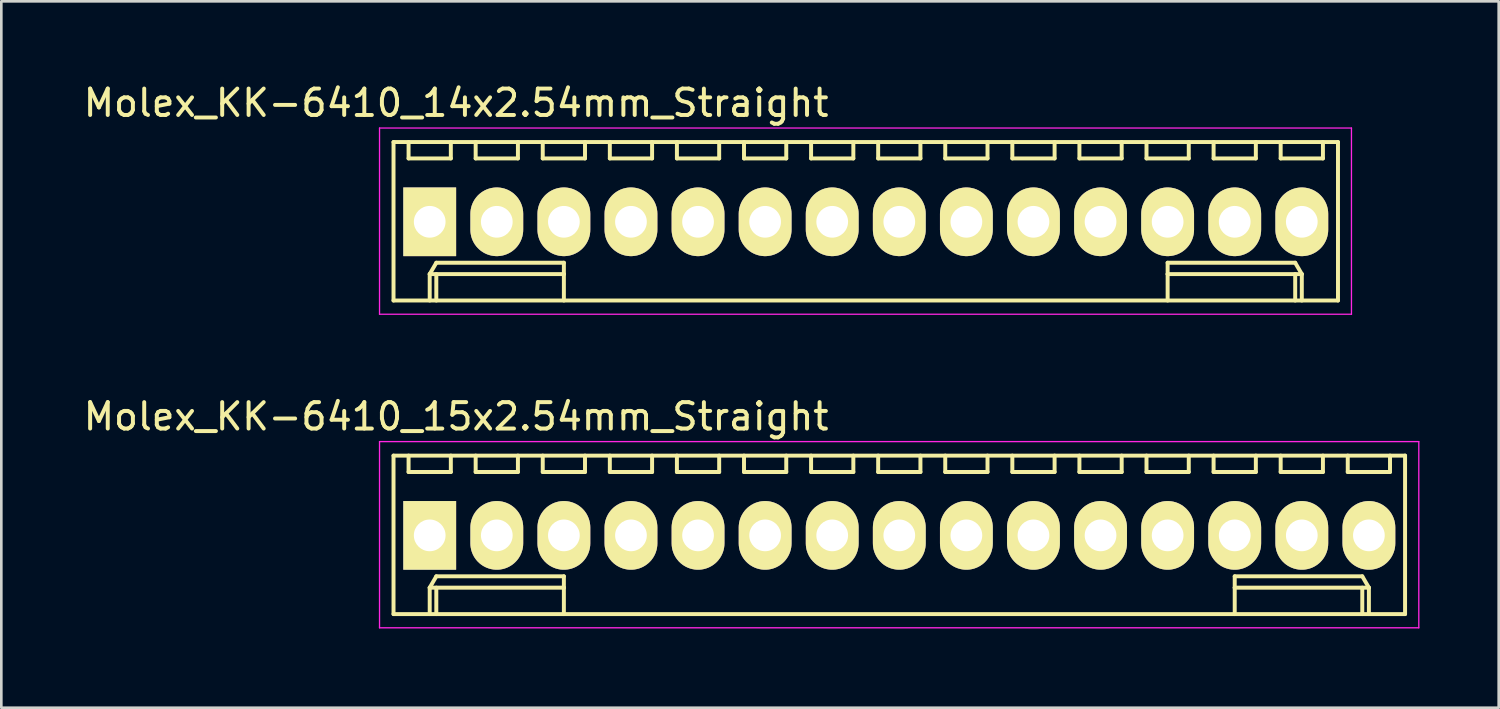
<source format=kicad_pcb>
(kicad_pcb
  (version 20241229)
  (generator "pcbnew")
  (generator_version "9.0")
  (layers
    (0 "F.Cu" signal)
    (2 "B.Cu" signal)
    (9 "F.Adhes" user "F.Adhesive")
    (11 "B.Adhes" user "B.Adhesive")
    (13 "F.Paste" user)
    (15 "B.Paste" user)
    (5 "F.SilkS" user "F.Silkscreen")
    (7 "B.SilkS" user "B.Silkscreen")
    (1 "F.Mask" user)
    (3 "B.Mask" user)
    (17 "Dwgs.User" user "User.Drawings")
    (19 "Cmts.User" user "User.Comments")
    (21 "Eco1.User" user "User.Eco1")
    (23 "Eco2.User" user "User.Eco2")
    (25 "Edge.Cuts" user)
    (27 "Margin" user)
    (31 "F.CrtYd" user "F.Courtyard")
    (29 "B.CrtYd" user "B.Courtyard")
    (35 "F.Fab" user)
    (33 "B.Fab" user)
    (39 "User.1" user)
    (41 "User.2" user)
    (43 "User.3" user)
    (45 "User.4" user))
  (footprint "Molex_KK-6410_14x2.54mm_Straight"
    (layer "F.Cu")
    (at 13.22 5.348)
    (property "Reference" "Molex_KK-6410_14x2.54mm_Straight" (at 1 -4.5 0) (layer "F.SilkS") (effects (font (size 1 1) (thickness 0.15))))
    (attr through_hole)
    (fp_line (start -1.37 -3.02) (end -1.37 2.98) (stroke (width 0.15) (type solid)) (layer "F.SilkS"))
    (fp_line (start -1.37 2.98) (end 34.39 2.98) (stroke (width 0.15) (type solid)) (layer "F.SilkS"))
    (fp_line (start -0.8 -3.02) (end -0.8 -2.4) (stroke (width 0.15) (type solid)) (layer "F.SilkS"))
    (fp_line (start -0.8 -2.4) (end 0.8 -2.4) (stroke (width 0.15) (type solid)) (layer "F.SilkS"))
    (fp_line (start 0 1.98) (end 0.25 1.55) (stroke (width 0.15) (type solid)) (layer "F.SilkS"))
    (fp_line (start 0 1.98) (end 5.08 1.98) (stroke (width 0.15) (type solid)) (layer "F.SilkS"))
    (fp_line (start 0 2.98) (end 0 1.98) (stroke (width 0.15) (type solid)) (layer "F.SilkS"))
    (fp_line (start 0.25 1.55) (end 5.08 1.55) (stroke (width 0.15) (type solid)) (layer "F.SilkS"))
    (fp_line (start 0.25 2.98) (end 0.25 1.98) (stroke (width 0.15) (type solid)) (layer "F.SilkS"))
    (fp_line (start 0.8 -2.4) (end 0.8 -3.02) (stroke (width 0.15) (type solid)) (layer "F.SilkS"))
    (fp_line (start 1.74 -3.02) (end 1.74 -2.4) (stroke (width 0.15) (type solid)) (layer "F.SilkS"))
    (fp_line (start 1.74 -2.4) (end 3.34 -2.4) (stroke (width 0.15) (type solid)) (layer "F.SilkS"))
    (fp_line (start 3.34 -2.4) (end 3.34 -3.02) (stroke (width 0.15) (type solid)) (layer "F.SilkS"))
    (fp_line (start 4.28 -3.02) (end 4.28 -2.4) (stroke (width 0.15) (type solid)) (layer "F.SilkS"))
    (fp_line (start 4.28 -2.4) (end 5.88 -2.4) (stroke (width 0.15) (type solid)) (layer "F.SilkS"))
    (fp_line (start 5.08 1.55) (end 5.08 1.98) (stroke (width 0.15) (type solid)) (layer "F.SilkS"))
    (fp_line (start 5.08 1.98) (end 5.08 2.98) (stroke (width 0.15) (type solid)) (layer "F.SilkS"))
    (fp_line (start 5.88 -2.4) (end 5.88 -3.02) (stroke (width 0.15) (type solid)) (layer "F.SilkS"))
    (fp_line (start 6.82 -3.02) (end 6.82 -2.4) (stroke (width 0.15) (type solid)) (layer "F.SilkS"))
    (fp_line (start 6.82 -2.4) (end 8.42 -2.4) (stroke (width 0.15) (type solid)) (layer "F.SilkS"))
    (fp_line (start 8.42 -2.4) (end 8.42 -3.02) (stroke (width 0.15) (type solid)) (layer "F.SilkS"))
    (fp_line (start 9.36 -3.02) (end 9.36 -2.4) (stroke (width 0.15) (type solid)) (layer "F.SilkS"))
    (fp_line (start 9.36 -2.4) (end 10.96 -2.4) (stroke (width 0.15) (type solid)) (layer "F.SilkS"))
    (fp_line (start 10.96 -2.4) (end 10.96 -3.02) (stroke (width 0.15) (type solid)) (layer "F.SilkS"))
    (fp_line (start 11.9 -3.02) (end 11.9 -2.4) (stroke (width 0.15) (type solid)) (layer "F.SilkS"))
    (fp_line (start 11.9 -2.4) (end 13.5 -2.4) (stroke (width 0.15) (type solid)) (layer "F.SilkS"))
    (fp_line (start 13.5 -2.4) (end 13.5 -3.02) (stroke (width 0.15) (type solid)) (layer "F.SilkS"))
    (fp_line (start 14.44 -3.02) (end 14.44 -2.4) (stroke (width 0.15) (type solid)) (layer "F.SilkS"))
    (fp_line (start 14.44 -2.4) (end 16.04 -2.4) (stroke (width 0.15) (type solid)) (layer "F.SilkS"))
    (fp_line (start 16.04 -2.4) (end 16.04 -3.02) (stroke (width 0.15) (type solid)) (layer "F.SilkS"))
    (fp_line (start 16.98 -3.02) (end 16.98 -2.4) (stroke (width 0.15) (type solid)) (layer "F.SilkS"))
    (fp_line (start 16.98 -2.4) (end 18.58 -2.4) (stroke (width 0.15) (type solid)) (layer "F.SilkS"))
    (fp_line (start 18.58 -2.4) (end 18.58 -3.02) (stroke (width 0.15) (type solid)) (layer "F.SilkS"))
    (fp_line (start 19.52 -3.02) (end 19.52 -2.4) (stroke (width 0.15) (type solid)) (layer "F.SilkS"))
    (fp_line (start 19.52 -2.4) (end 21.12 -2.4) (stroke (width 0.15) (type solid)) (layer "F.SilkS"))
    (fp_line (start 21.12 -2.4) (end 21.12 -3.02) (stroke (width 0.15) (type solid)) (layer "F.SilkS"))
    (fp_line (start 22.06 -3.02) (end 22.06 -2.4) (stroke (width 0.15) (type solid)) (layer "F.SilkS"))
    (fp_line (start 22.06 -2.4) (end 23.66 -2.4) (stroke (width 0.15) (type solid)) (layer "F.SilkS"))
    (fp_line (start 23.66 -2.4) (end 23.66 -3.02) (stroke (width 0.15) (type solid)) (layer "F.SilkS"))
    (fp_line (start 24.6 -3.02) (end 24.6 -2.4) (stroke (width 0.15) (type solid)) (layer "F.SilkS"))
    (fp_line (start 24.6 -2.4) (end 26.2 -2.4) (stroke (width 0.15) (type solid)) (layer "F.SilkS"))
    (fp_line (start 26.2 -2.4) (end 26.2 -3.02) (stroke (width 0.15) (type solid)) (layer "F.SilkS"))
    (fp_line (start 27.14 -3.02) (end 27.14 -2.4) (stroke (width 0.15) (type solid)) (layer "F.SilkS"))
    (fp_line (start 27.14 -2.4) (end 28.74 -2.4) (stroke (width 0.15) (type solid)) (layer "F.SilkS"))
    (fp_line (start 27.94 1.55) (end 27.94 1.98) (stroke (width 0.15) (type solid)) (layer "F.SilkS"))
    (fp_line (start 27.94 1.98) (end 27.94 2.98) (stroke (width 0.15) (type solid)) (layer "F.SilkS"))
    (fp_line (start 28.74 -2.4) (end 28.74 -3.02) (stroke (width 0.15) (type solid)) (layer "F.SilkS"))
    (fp_line (start 29.68 -3.02) (end 29.68 -2.4) (stroke (width 0.15) (type solid)) (layer "F.SilkS"))
    (fp_line (start 29.68 -2.4) (end 31.28 -2.4) (stroke (width 0.15) (type solid)) (layer "F.SilkS"))
    (fp_line (start 31.28 -2.4) (end 31.28 -3.02) (stroke (width 0.15) (type solid)) (layer "F.SilkS"))
    (fp_line (start 32.22 -3.02) (end 32.22 -2.4) (stroke (width 0.15) (type solid)) (layer "F.SilkS"))
    (fp_line (start 32.22 -2.4) (end 33.82 -2.4) (stroke (width 0.15) (type solid)) (layer "F.SilkS"))
    (fp_line (start 32.77 1.55) (end 27.94 1.55) (stroke (width 0.15) (type solid)) (layer "F.SilkS"))
    (fp_line (start 32.77 2.98) (end 32.77 1.98) (stroke (width 0.15) (type solid)) (layer "F.SilkS"))
    (fp_line (start 33.02 1.98) (end 27.94 1.98) (stroke (width 0.15) (type solid)) (layer "F.SilkS"))
    (fp_line (start 33.02 1.98) (end 32.77 1.55) (stroke (width 0.15) (type solid)) (layer "F.SilkS"))
    (fp_line (start 33.02 2.98) (end 33.02 1.98) (stroke (width 0.15) (type solid)) (layer "F.SilkS"))
    (fp_line (start 33.82 -2.4) (end 33.82 -3.02) (stroke (width 0.15) (type solid)) (layer "F.SilkS"))
    (fp_line (start 34.39 -3.02) (end -1.37 -3.02) (stroke (width 0.15) (type solid)) (layer "F.SilkS"))
    (fp_line (start 34.39 2.98) (end 34.39 -3.02) (stroke (width 0.15) (type solid)) (layer "F.SilkS"))
    (fp_line (start -1.9 -3.55) (end 34.9 -3.55) (stroke (width 0.05) (type solid)) (layer "F.CrtYd"))
    (fp_line (start -1.9 3.5) (end -1.9 -3.55) (stroke (width 0.05) (type solid)) (layer "F.CrtYd"))
    (fp_line (start 34.9 -3.55) (end 34.9 3.5) (stroke (width 0.05) (type solid)) (layer "F.CrtYd"))
    (fp_line (start 34.9 3.5) (end -1.9 3.5) (stroke (width 0.05) (type solid)) (layer "F.CrtYd"))
    (pad "1" thru_hole rect (at 0 0) (size 2 2.6) (drill 1.2) (layers "*.Cu" "*.Mask" "F.SilkS"))
    (pad "2" thru_hole oval (at 2.54 0) (size 2 2.6) (drill 1.2) (layers "*.Cu" "*.Mask" "F.SilkS"))
    (pad "3" thru_hole oval (at 5.08 0) (size 2 2.6) (drill 1.2) (layers "*.Cu" "*.Mask" "F.SilkS"))
    (pad "4" thru_hole oval (at 7.62 0) (size 2 2.6) (drill 1.2) (layers "*.Cu" "*.Mask" "F.SilkS"))
    (pad "5" thru_hole oval (at 10.16 0) (size 2 2.6) (drill 1.2) (layers "*.Cu" "*.Mask" "F.SilkS"))
    (pad "6" thru_hole oval (at 12.7 0) (size 2 2.6) (drill 1.2) (layers "*.Cu" "*.Mask" "F.SilkS"))
    (pad "7" thru_hole oval (at 15.24 0) (size 2 2.6) (drill 1.2) (layers "*.Cu" "*.Mask" "F.SilkS"))
    (pad "8" thru_hole oval (at 17.78 0) (size 2 2.6) (drill 1.2) (layers "*.Cu" "*.Mask" "F.SilkS"))
    (pad "9" thru_hole oval (at 20.32 0) (size 2 2.6) (drill 1.2) (layers "*.Cu" "*.Mask" "F.SilkS"))
    (pad "10" thru_hole oval (at 22.86 0) (size 2 2.6) (drill 1.2) (layers "*.Cu" "*.Mask" "F.SilkS"))
    (pad "11" thru_hole oval (at 25.4 0) (size 2 2.6) (drill 1.2) (layers "*.Cu" "*.Mask" "F.SilkS"))
    (pad "12" thru_hole oval (at 27.94 0) (size 2 2.6) (drill 1.2) (layers "*.Cu" "*.Mask" "F.SilkS"))
    (pad "13" thru_hole oval (at 30.48 0) (size 2 2.6) (drill 1.2) (layers "*.Cu" "*.Mask" "F.SilkS"))
    (pad "14" thru_hole oval (at 33.02 0) (size 2 2.6) (drill 1.2) (layers "*.Cu" "*.Mask" "F.SilkS")))
  (footprint "Molex_KK-6410_15x2.54mm_Straight"
    (layer "F.Cu")
    (at 13.22 17.221)
    (property "Reference" "Molex_KK-6410_15x2.54mm_Straight" (at 1 -4.5 0) (layer "F.SilkS") (effects (font (size 1 1) (thickness 0.15))))
    (attr through_hole)
    (fp_line (start -1.37 -3.02) (end -1.37 2.98) (stroke (width 0.15) (type solid)) (layer "F.SilkS"))
    (fp_line (start -1.37 2.98) (end 36.93 2.98) (stroke (width 0.15) (type solid)) (layer "F.SilkS"))
    (fp_line (start -0.8 -3.02) (end -0.8 -2.4) (stroke (width 0.15) (type solid)) (layer "F.SilkS"))
    (fp_line (start -0.8 -2.4) (end 0.8 -2.4) (stroke (width 0.15) (type solid)) (layer "F.SilkS"))
    (fp_line (start 0 1.98) (end 0.25 1.55) (stroke (width 0.15) (type solid)) (layer "F.SilkS"))
    (fp_line (start 0 1.98) (end 5.08 1.98) (stroke (width 0.15) (type solid)) (layer "F.SilkS"))
    (fp_line (start 0 2.98) (end 0 1.98) (stroke (width 0.15) (type solid)) (layer "F.SilkS"))
    (fp_line (start 0.25 1.55) (end 5.08 1.55) (stroke (width 0.15) (type solid)) (layer "F.SilkS"))
    (fp_line (start 0.25 2.98) (end 0.25 1.98) (stroke (width 0.15) (type solid)) (layer "F.SilkS"))
    (fp_line (start 0.8 -2.4) (end 0.8 -3.02) (stroke (width 0.15) (type solid)) (layer "F.SilkS"))
    (fp_line (start 1.74 -3.02) (end 1.74 -2.4) (stroke (width 0.15) (type solid)) (layer "F.SilkS"))
    (fp_line (start 1.74 -2.4) (end 3.34 -2.4) (stroke (width 0.15) (type solid)) (layer "F.SilkS"))
    (fp_line (start 3.34 -2.4) (end 3.34 -3.02) (stroke (width 0.15) (type solid)) (layer "F.SilkS"))
    (fp_line (start 4.28 -3.02) (end 4.28 -2.4) (stroke (width 0.15) (type solid)) (layer "F.SilkS"))
    (fp_line (start 4.28 -2.4) (end 5.88 -2.4) (stroke (width 0.15) (type solid)) (layer "F.SilkS"))
    (fp_line (start 5.08 1.55) (end 5.08 1.98) (stroke (width 0.15) (type solid)) (layer "F.SilkS"))
    (fp_line (start 5.08 1.98) (end 5.08 2.98) (stroke (width 0.15) (type solid)) (layer "F.SilkS"))
    (fp_line (start 5.88 -2.4) (end 5.88 -3.02) (stroke (width 0.15) (type solid)) (layer "F.SilkS"))
    (fp_line (start 6.82 -3.02) (end 6.82 -2.4) (stroke (width 0.15) (type solid)) (layer "F.SilkS"))
    (fp_line (start 6.82 -2.4) (end 8.42 -2.4) (stroke (width 0.15) (type solid)) (layer "F.SilkS"))
    (fp_line (start 8.42 -2.4) (end 8.42 -3.02) (stroke (width 0.15) (type solid)) (layer "F.SilkS"))
    (fp_line (start 9.36 -3.02) (end 9.36 -2.4) (stroke (width 0.15) (type solid)) (layer "F.SilkS"))
    (fp_line (start 9.36 -2.4) (end 10.96 -2.4) (stroke (width 0.15) (type solid)) (layer "F.SilkS"))
    (fp_line (start 10.96 -2.4) (end 10.96 -3.02) (stroke (width 0.15) (type solid)) (layer "F.SilkS"))
    (fp_line (start 11.9 -3.02) (end 11.9 -2.4) (stroke (width 0.15) (type solid)) (layer "F.SilkS"))
    (fp_line (start 11.9 -2.4) (end 13.5 -2.4) (stroke (width 0.15) (type solid)) (layer "F.SilkS"))
    (fp_line (start 13.5 -2.4) (end 13.5 -3.02) (stroke (width 0.15) (type solid)) (layer "F.SilkS"))
    (fp_line (start 14.44 -3.02) (end 14.44 -2.4) (stroke (width 0.15) (type solid)) (layer "F.SilkS"))
    (fp_line (start 14.44 -2.4) (end 16.04 -2.4) (stroke (width 0.15) (type solid)) (layer "F.SilkS"))
    (fp_line (start 16.04 -2.4) (end 16.04 -3.02) (stroke (width 0.15) (type solid)) (layer "F.SilkS"))
    (fp_line (start 16.98 -3.02) (end 16.98 -2.4) (stroke (width 0.15) (type solid)) (layer "F.SilkS"))
    (fp_line (start 16.98 -2.4) (end 18.58 -2.4) (stroke (width 0.15) (type solid)) (layer "F.SilkS"))
    (fp_line (start 18.58 -2.4) (end 18.58 -3.02) (stroke (width 0.15) (type solid)) (layer "F.SilkS"))
    (fp_line (start 19.52 -3.02) (end 19.52 -2.4) (stroke (width 0.15) (type solid)) (layer "F.SilkS"))
    (fp_line (start 19.52 -2.4) (end 21.12 -2.4) (stroke (width 0.15) (type solid)) (layer "F.SilkS"))
    (fp_line (start 21.12 -2.4) (end 21.12 -3.02) (stroke (width 0.15) (type solid)) (layer "F.SilkS"))
    (fp_line (start 22.06 -3.02) (end 22.06 -2.4) (stroke (width 0.15) (type solid)) (layer "F.SilkS"))
    (fp_line (start 22.06 -2.4) (end 23.66 -2.4) (stroke (width 0.15) (type solid)) (layer "F.SilkS"))
    (fp_line (start 23.66 -2.4) (end 23.66 -3.02) (stroke (width 0.15) (type solid)) (layer "F.SilkS"))
    (fp_line (start 24.6 -3.02) (end 24.6 -2.4) (stroke (width 0.15) (type solid)) (layer "F.SilkS"))
    (fp_line (start 24.6 -2.4) (end 26.2 -2.4) (stroke (width 0.15) (type solid)) (layer "F.SilkS"))
    (fp_line (start 26.2 -2.4) (end 26.2 -3.02) (stroke (width 0.15) (type solid)) (layer "F.SilkS"))
    (fp_line (start 27.14 -3.02) (end 27.14 -2.4) (stroke (width 0.15) (type solid)) (layer "F.SilkS"))
    (fp_line (start 27.14 -2.4) (end 28.74 -2.4) (stroke (width 0.15) (type solid)) (layer "F.SilkS"))
    (fp_line (start 28.74 -2.4) (end 28.74 -3.02) (stroke (width 0.15) (type solid)) (layer "F.SilkS"))
    (fp_line (start 29.68 -3.02) (end 29.68 -2.4) (stroke (width 0.15) (type solid)) (layer "F.SilkS"))
    (fp_line (start 29.68 -2.4) (end 31.28 -2.4) (stroke (width 0.15) (type solid)) (layer "F.SilkS"))
    (fp_line (start 30.48 1.55) (end 30.48 1.98) (stroke (width 0.15) (type solid)) (layer "F.SilkS"))
    (fp_line (start 30.48 1.98) (end 30.48 2.98) (stroke (width 0.15) (type solid)) (layer "F.SilkS"))
    (fp_line (start 31.28 -2.4) (end 31.28 -3.02) (stroke (width 0.15) (type solid)) (layer "F.SilkS"))
    (fp_line (start 32.22 -3.02) (end 32.22 -2.4) (stroke (width 0.15) (type solid)) (layer "F.SilkS"))
    (fp_line (start 32.22 -2.4) (end 33.82 -2.4) (stroke (width 0.15) (type solid)) (layer "F.SilkS"))
    (fp_line (start 33.82 -2.4) (end 33.82 -3.02) (stroke (width 0.15) (type solid)) (layer "F.SilkS"))
    (fp_line (start 34.76 -3.02) (end 34.76 -2.4) (stroke (width 0.15) (type solid)) (layer "F.SilkS"))
    (fp_line (start 34.76 -2.4) (end 36.36 -2.4) (stroke (width 0.15) (type solid)) (layer "F.SilkS"))
    (fp_line (start 35.31 1.55) (end 30.48 1.55) (stroke (width 0.15) (type solid)) (layer "F.SilkS"))
    (fp_line (start 35.31 2.98) (end 35.31 1.98) (stroke (width 0.15) (type solid)) (layer "F.SilkS"))
    (fp_line (start 35.56 1.98) (end 30.48 1.98) (stroke (width 0.15) (type solid)) (layer "F.SilkS"))
    (fp_line (start 35.56 1.98) (end 35.31 1.55) (stroke (width 0.15) (type solid)) (layer "F.SilkS"))
    (fp_line (start 35.56 2.98) (end 35.56 1.98) (stroke (width 0.15) (type solid)) (layer "F.SilkS"))
    (fp_line (start 36.36 -2.4) (end 36.36 -3.02) (stroke (width 0.15) (type solid)) (layer "F.SilkS"))
    (fp_line (start 36.93 -3.02) (end -1.37 -3.02) (stroke (width 0.15) (type solid)) (layer "F.SilkS"))
    (fp_line (start 36.93 2.98) (end 36.93 -3.02) (stroke (width 0.15) (type solid)) (layer "F.SilkS"))
    (fp_line (start -1.9 -3.55) (end 37.45 -3.55) (stroke (width 0.05) (type solid)) (layer "F.CrtYd"))
    (fp_line (start -1.9 3.5) (end -1.9 -3.55) (stroke (width 0.05) (type solid)) (layer "F.CrtYd"))
    (fp_line (start 37.45 -3.55) (end 37.45 3.5) (stroke (width 0.05) (type solid)) (layer "F.CrtYd"))
    (fp_line (start 37.45 3.5) (end -1.9 3.5) (stroke (width 0.05) (type solid)) (layer "F.CrtYd"))
    (pad "1" thru_hole rect (at 0 0) (size 2 2.6) (drill 1.2) (layers "*.Cu" "*.Mask" "F.SilkS"))
    (pad "2" thru_hole oval (at 2.54 0) (size 2 2.6) (drill 1.2) (layers "*.Cu" "*.Mask" "F.SilkS"))
    (pad "3" thru_hole oval (at 5.08 0) (size 2 2.6) (drill 1.2) (layers "*.Cu" "*.Mask" "F.SilkS"))
    (pad "4" thru_hole oval (at 7.62 0) (size 2 2.6) (drill 1.2) (layers "*.Cu" "*.Mask" "F.SilkS"))
    (pad "5" thru_hole oval (at 10.16 0) (size 2 2.6) (drill 1.2) (layers "*.Cu" "*.Mask" "F.SilkS"))
    (pad "6" thru_hole oval (at 12.7 0) (size 2 2.6) (drill 1.2) (layers "*.Cu" "*.Mask" "F.SilkS"))
    (pad "7" thru_hole oval (at 15.24 0) (size 2 2.6) (drill 1.2) (layers "*.Cu" "*.Mask" "F.SilkS"))
    (pad "8" thru_hole oval (at 17.78 0) (size 2 2.6) (drill 1.2) (layers "*.Cu" "*.Mask" "F.SilkS"))
    (pad "9" thru_hole oval (at 20.32 0) (size 2 2.6) (drill 1.2) (layers "*.Cu" "*.Mask" "F.SilkS"))
    (pad "10" thru_hole oval (at 22.86 0) (size 2 2.6) (drill 1.2) (layers "*.Cu" "*.Mask" "F.SilkS"))
    (pad "11" thru_hole oval (at 25.4 0) (size 2 2.6) (drill 1.2) (layers "*.Cu" "*.Mask" "F.SilkS"))
    (pad "12" thru_hole oval (at 27.94 0) (size 2 2.6) (drill 1.2) (layers "*.Cu" "*.Mask" "F.SilkS"))
    (pad "13" thru_hole oval (at 30.48 0) (size 2 2.6) (drill 1.2) (layers "*.Cu" "*.Mask" "F.SilkS"))
    (pad "14" thru_hole oval (at 33.02 0) (size 2 2.6) (drill 1.2) (layers "*.Cu" "*.Mask" "F.SilkS"))
    (pad "15" thru_hole oval (at 35.56 0) (size 2 2.6) (drill 1.2) (layers "*.Cu" "*.Mask" "F.SilkS")))
  (gr_rect
    (start -3 -3)
    (end 53.695 23.747)
    (stroke (width 0.1) (type default))
    (fill no)
    (layer "Edge.Cuts")))
</source>
